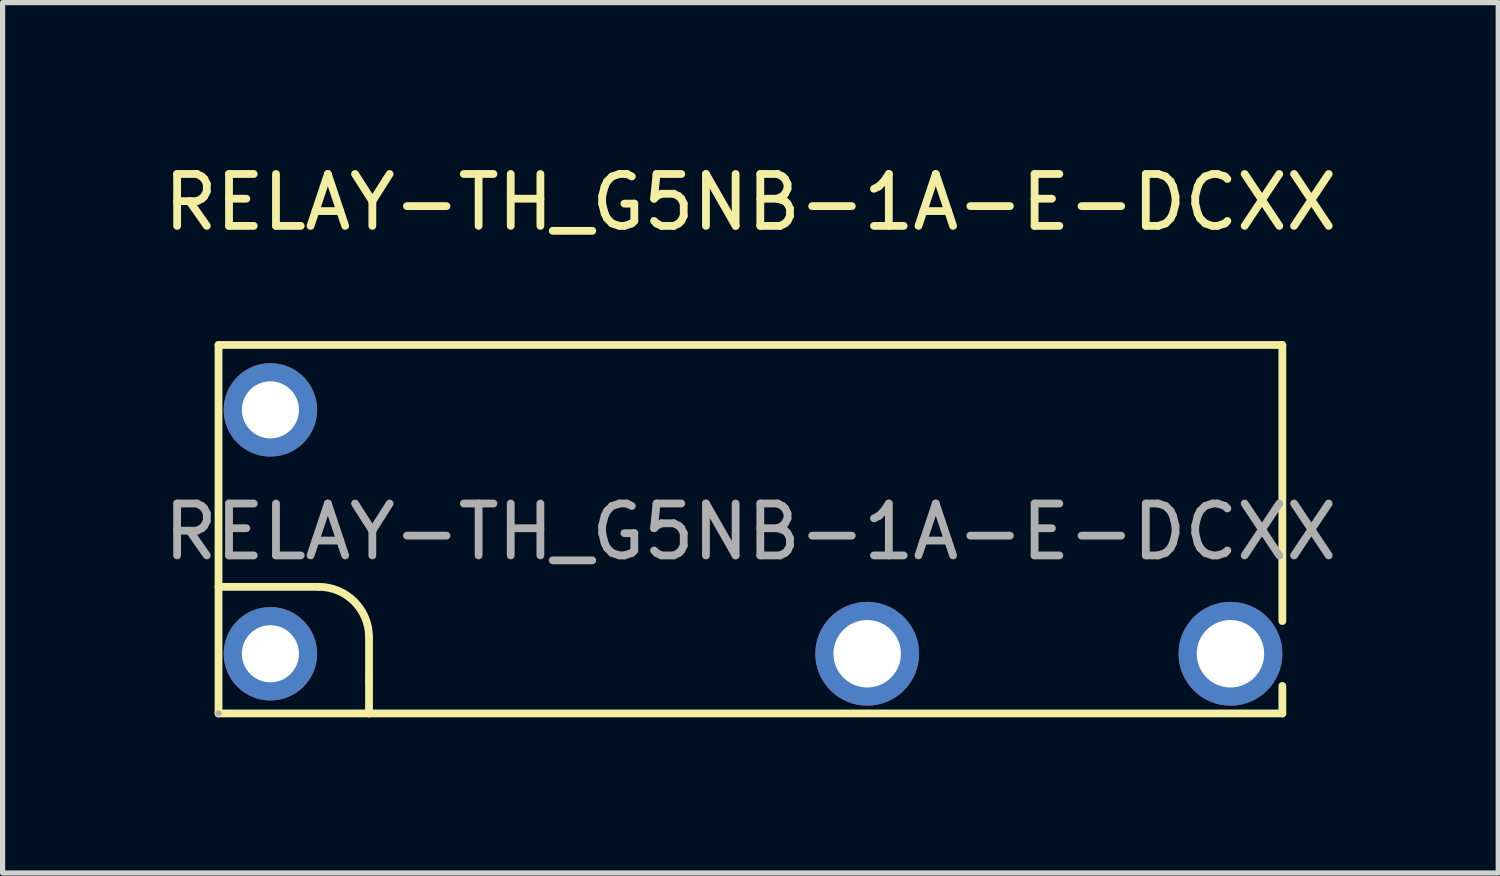
<source format=kicad_pcb>
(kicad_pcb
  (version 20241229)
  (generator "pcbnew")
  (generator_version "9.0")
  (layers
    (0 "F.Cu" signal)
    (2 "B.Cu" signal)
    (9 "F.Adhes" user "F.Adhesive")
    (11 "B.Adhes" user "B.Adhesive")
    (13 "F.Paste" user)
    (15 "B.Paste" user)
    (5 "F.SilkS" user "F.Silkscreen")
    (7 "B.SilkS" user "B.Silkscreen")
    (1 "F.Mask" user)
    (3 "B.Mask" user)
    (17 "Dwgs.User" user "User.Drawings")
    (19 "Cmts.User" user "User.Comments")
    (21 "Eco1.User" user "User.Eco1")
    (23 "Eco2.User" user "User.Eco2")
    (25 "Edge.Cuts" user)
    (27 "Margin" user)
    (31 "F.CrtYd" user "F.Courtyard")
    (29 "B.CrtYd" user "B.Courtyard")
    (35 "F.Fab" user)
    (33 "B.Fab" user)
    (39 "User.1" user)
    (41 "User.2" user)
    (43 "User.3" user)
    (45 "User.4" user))
  (footprint "RELAY-TH_G5NB-1A-E-DCXX"
    (layer "F.Cu")
    (at 11.411 7.198)
    (property "Reference" "RELAY-TH_G5NB-1A-E-DCXX" (at 0 -6.35 0) (layer "F.SilkS") (effects (font (size 1 1) (thickness 0.15))))
    (attr through_hole)
    (fp_line (start -10.25 -3.6) (end 10.25 -3.6) (stroke (width 0.15) (type solid)) (layer "F.SilkS"))
    (fp_line (start -10.25 1.06) (end -8.32 1.06) (stroke (width 0.15) (type solid)) (layer "F.SilkS"))
    (fp_line (start -10.25 3.5) (end -10.25 -3.6) (stroke (width 0.15) (type solid)) (layer "F.SilkS"))
    (fp_line (start -7.35 2.03) (end -7.35 2.86) (stroke (width 0.15) (type solid)) (layer "F.SilkS"))
    (fp_line (start -7.35 2.86) (end -7.35 3.5) (stroke (width 0.15) (type solid)) (layer "F.SilkS"))
    (fp_line (start 10.25 -3.6) (end 10.25 1.72) (stroke (width 0.15) (type solid)) (layer "F.SilkS"))
    (fp_line (start 10.25 2.97) (end 10.25 3.5) (stroke (width 0.15) (type solid)) (layer "F.SilkS"))
    (fp_line (start 10.25 3.5) (end -10.25 3.5) (stroke (width 0.15) (type solid)) (layer "F.SilkS"))
    (fp_arc (start -8.32 1.06) (mid -7.634106 1.344106) (end -7.35 2.03) (stroke (width 0.15) (type solid)) (layer "F.SilkS"))
    (fp_circle (center -10.25 3.5) (end -10.22 3.5) (stroke (width 0.06) (type solid)) (fill no) (layer "F.Fab"))
    (fp_text user "${REFERENCE}" (at 0 0 0) (layer "F.Fab") (effects (font (size 1 1) (thickness 0.15))))
    (pad "1" thru_hole circle (at -9.25 2.35) (size 1.8 1.8) (drill 1.1) (layers "*.Cu" "*.Paste" "*.Mask"))
    (pad "2" thru_hole circle (at 2.25 2.35) (size 2 2) (drill 1.3) (layers "*.Cu" "*.Paste" "*.Mask"))
    (pad "3" thru_hole circle (at 9.25 2.35) (size 2 2) (drill 1.3) (layers "*.Cu" "*.Paste" "*.Mask"))
    (pad "4" thru_hole circle (at -9.25 -2.35) (size 1.8 1.8) (drill 1.1) (layers "*.Cu" "*.Paste" "*.Mask")))
  (gr_rect
    (start -3 -3)
    (end 25.821 13.773)
    (stroke (width 0.1) (type default))
    (fill no)
    (layer "Edge.Cuts")))
</source>
